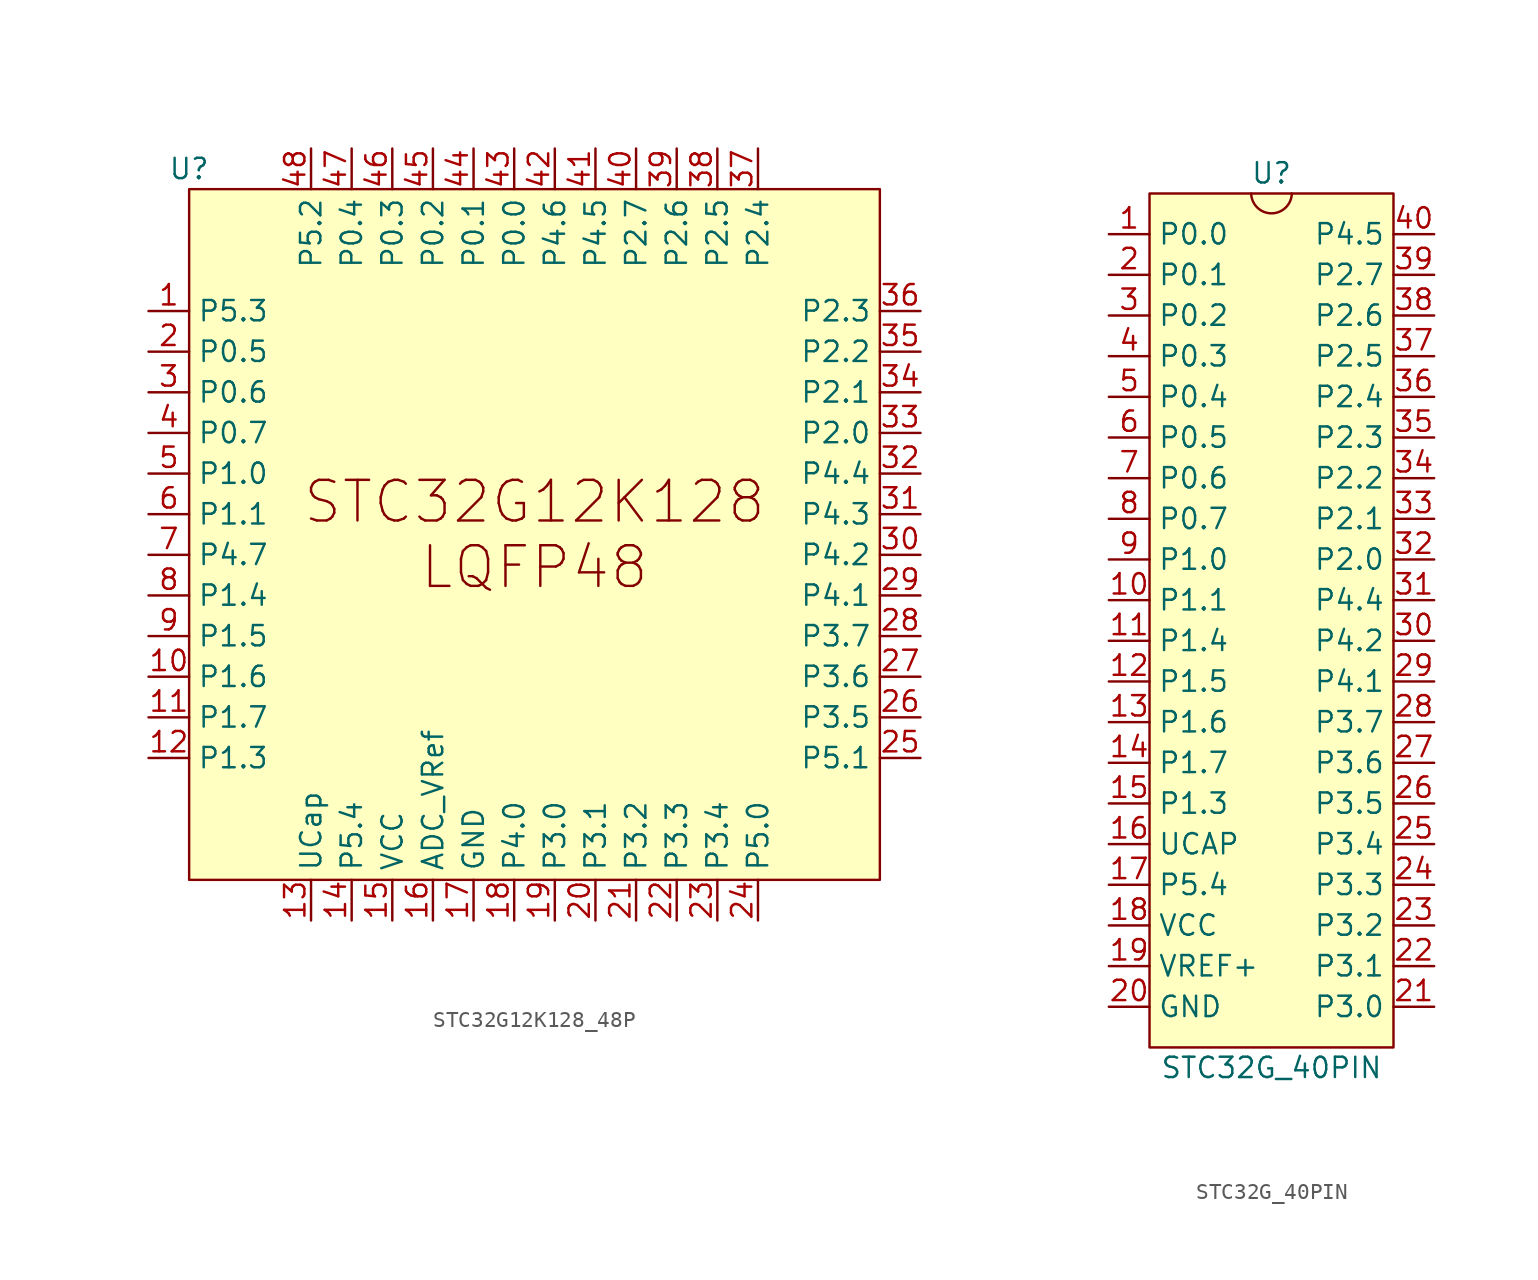
<source format=kicad_sym>
(kicad_symbol_lib
  (version 20220914)
  (generator kicad_symbol_editor)
  (symbol "STC32G12K128_48P"
    (property "Reference" "U"
      (at 0 1.27 0)
      (effects (font (size 1.27 1.27))))
    (property "Value" ""
      (at 0 0 0)
      (effects (font (size 1.27 1.27))))
    (symbol "STC32G12K128_48P_0_1"
      (rectangle (start 0 0) (end 43.18 -43.18) (stroke (width 0) (type default)) (fill (type background)))
      (text "STC32G12K128\nLQFP48" (at 21.59 -21.59 0) (effects (font (size 2.54 2.54)))))
    (symbol "STC32G12K128_48P_1_1"
      (pin bidirectional line (at -2.54 -7.62 0) (length 2.54) (name "P5.3" (effects (font (size 1.27 1.27)))) (number "1" (effects (font (size 1.27 1.27)))))
      (pin bidirectional line (at -2.54 -30.48 0) (length 2.54) (name "P1.6" (effects (font (size 1.27 1.27)))) (number "10" (effects (font (size 1.27 1.27)))))
      (pin bidirectional line (at -2.54 -33.02 0) (length 2.54) (name "P1.7" (effects (font (size 1.27 1.27)))) (number "11" (effects (font (size 1.27 1.27)))))
      (pin bidirectional line (at -2.54 -35.56 0) (length 2.54) (name "P1.3" (effects (font (size 1.27 1.27)))) (number "12" (effects (font (size 1.27 1.27)))))
      (pin bidirectional line (at 7.62 -45.72 90) (length 2.54) (name "UCap" (effects (font (size 1.27 1.27)))) (number "13" (effects (font (size 1.27 1.27)))))
      (pin bidirectional line (at 10.16 -45.72 90) (length 2.54) (name "P5.4" (effects (font (size 1.27 1.27)))) (number "14" (effects (font (size 1.27 1.27)))))
      (pin power_in line (at 12.7 -45.72 90) (length 2.54) (name "VCC" (effects (font (size 1.27 1.27)))) (number "15" (effects (font (size 1.27 1.27)))))
      (pin power_in line (at 15.24 -45.72 90) (length 2.54) (name "ADC_VRef" (effects (font (size 1.27 1.27)))) (number "16" (effects (font (size 1.27 1.27)))))
      (pin power_in line (at 17.78 -45.72 90) (length 2.54) (name "GND" (effects (font (size 1.27 1.27)))) (number "17" (effects (font (size 1.27 1.27)))))
      (pin bidirectional line (at 20.32 -45.72 90) (length 2.54) (name "P4.0" (effects (font (size 1.27 1.27)))) (number "18" (effects (font (size 1.27 1.27)))))
      (pin bidirectional line (at 22.86 -45.72 90) (length 2.54) (name "P3.0" (effects (font (size 1.27 1.27)))) (number "19" (effects (font (size 1.27 1.27)))))
      (pin bidirectional line (at -2.54 -10.16 0) (length 2.54) (name "P0.5" (effects (font (size 1.27 1.27)))) (number "2" (effects (font (size 1.27 1.27)))))
      (pin bidirectional line (at 25.4 -45.72 90) (length 2.54) (name "P3.1" (effects (font (size 1.27 1.27)))) (number "20" (effects (font (size 1.27 1.27)))))
      (pin bidirectional line (at 27.94 -45.72 90) (length 2.54) (name "P3.2" (effects (font (size 1.27 1.27)))) (number "21" (effects (font (size 1.27 1.27)))))
      (pin bidirectional line (at 30.48 -45.72 90) (length 2.54) (name "P3.3" (effects (font (size 1.27 1.27)))) (number "22" (effects (font (size 1.27 1.27)))))
      (pin bidirectional line (at 33.02 -45.72 90) (length 2.54) (name "P3.4" (effects (font (size 1.27 1.27)))) (number "23" (effects (font (size 1.27 1.27)))))
      (pin bidirectional line (at 35.56 -45.72 90) (length 2.54) (name "P5.0" (effects (font (size 1.27 1.27)))) (number "24" (effects (font (size 1.27 1.27)))))
      (pin bidirectional line (at 45.72 -35.56 180) (length 2.54) (name "P5.1" (effects (font (size 1.27 1.27)))) (number "25" (effects (font (size 1.27 1.27)))))
      (pin bidirectional line (at 45.72 -33.02 180) (length 2.54) (name "P3.5" (effects (font (size 1.27 1.27)))) (number "26" (effects (font (size 1.27 1.27)))))
      (pin bidirectional line (at 45.72 -30.48 180) (length 2.54) (name "P3.6" (effects (font (size 1.27 1.27)))) (number "27" (effects (font (size 1.27 1.27)))))
      (pin bidirectional line (at 45.72 -27.94 180) (length 2.54) (name "P3.7" (effects (font (size 1.27 1.27)))) (number "28" (effects (font (size 1.27 1.27)))))
      (pin bidirectional line (at 45.72 -25.4 180) (length 2.54) (name "P4.1" (effects (font (size 1.27 1.27)))) (number "29" (effects (font (size 1.27 1.27)))))
      (pin bidirectional line (at -2.54 -12.7 0) (length 2.54) (name "P0.6" (effects (font (size 1.27 1.27)))) (number "3" (effects (font (size 1.27 1.27)))))
      (pin bidirectional line (at 45.72 -22.86 180) (length 2.54) (name "P4.2" (effects (font (size 1.27 1.27)))) (number "30" (effects (font (size 1.27 1.27)))))
      (pin bidirectional line (at 45.72 -20.32 180) (length 2.54) (name "P4.3" (effects (font (size 1.27 1.27)))) (number "31" (effects (font (size 1.27 1.27)))))
      (pin bidirectional line (at 45.72 -17.78 180) (length 2.54) (name "P4.4" (effects (font (size 1.27 1.27)))) (number "32" (effects (font (size 1.27 1.27)))))
      (pin bidirectional line (at 45.72 -15.24 180) (length 2.54) (name "P2.0" (effects (font (size 1.27 1.27)))) (number "33" (effects (font (size 1.27 1.27)))))
      (pin bidirectional line (at 45.72 -12.7 180) (length 2.54) (name "P2.1" (effects (font (size 1.27 1.27)))) (number "34" (effects (font (size 1.27 1.27)))))
      (pin bidirectional line (at 45.72 -10.16 180) (length 2.54) (name "P2.2" (effects (font (size 1.27 1.27)))) (number "35" (effects (font (size 1.27 1.27)))))
      (pin bidirectional line (at 45.72 -7.62 180) (length 2.54) (name "P2.3" (effects (font (size 1.27 1.27)))) (number "36" (effects (font (size 1.27 1.27)))))
      (pin bidirectional line (at 35.56 2.54 270) (length 2.54) (name "P2.4" (effects (font (size 1.27 1.27)))) (number "37" (effects (font (size 1.27 1.27)))))
      (pin bidirectional line (at 33.02 2.54 270) (length 2.54) (name "P2.5" (effects (font (size 1.27 1.27)))) (number "38" (effects (font (size 1.27 1.27)))))
      (pin bidirectional line (at 30.48 2.54 270) (length 2.54) (name "P2.6" (effects (font (size 1.27 1.27)))) (number "39" (effects (font (size 1.27 1.27)))))
      (pin bidirectional line (at -2.54 -15.24 0) (length 2.54) (name "P0.7" (effects (font (size 1.27 1.27)))) (number "4" (effects (font (size 1.27 1.27)))))
      (pin bidirectional line (at 27.94 2.54 270) (length 2.54) (name "P2.7" (effects (font (size 1.27 1.27)))) (number "40" (effects (font (size 1.27 1.27)))))
      (pin bidirectional line (at 25.4 2.54 270) (length 2.54) (name "P4.5" (effects (font (size 1.27 1.27)))) (number "41" (effects (font (size 1.27 1.27)))))
      (pin bidirectional line (at 22.86 2.54 270) (length 2.54) (name "P4.6" (effects (font (size 1.27 1.27)))) (number "42" (effects (font (size 1.27 1.27)))))
      (pin bidirectional line (at 20.32 2.54 270) (length 2.54) (name "P0.0" (effects (font (size 1.27 1.27)))) (number "43" (effects (font (size 1.27 1.27)))))
      (pin bidirectional line (at 17.78 2.54 270) (length 2.54) (name "P0.1" (effects (font (size 1.27 1.27)))) (number "44" (effects (font (size 1.27 1.27)))))
      (pin bidirectional line (at 15.24 2.54 270) (length 2.54) (name "P0.2" (effects (font (size 1.27 1.27)))) (number "45" (effects (font (size 1.27 1.27)))))
      (pin bidirectional line (at 12.7 2.54 270) (length 2.54) (name "P0.3" (effects (font (size 1.27 1.27)))) (number "46" (effects (font (size 1.27 1.27)))))
      (pin bidirectional line (at 10.16 2.54 270) (length 2.54) (name "P0.4" (effects (font (size 1.27 1.27)))) (number "47" (effects (font (size 1.27 1.27)))))
      (pin bidirectional line (at 7.62 2.54 270) (length 2.54) (name "P5.2" (effects (font (size 1.27 1.27)))) (number "48" (effects (font (size 1.27 1.27)))))
      (pin bidirectional line (at -2.54 -17.78 0) (length 2.54) (name "P1.0" (effects (font (size 1.27 1.27)))) (number "5" (effects (font (size 1.27 1.27)))))
      (pin bidirectional line (at -2.54 -20.32 0) (length 2.54) (name "P1.1" (effects (font (size 1.27 1.27)))) (number "6" (effects (font (size 1.27 1.27)))))
      (pin bidirectional line (at -2.54 -22.86 0) (length 2.54) (name "P4.7" (effects (font (size 1.27 1.27)))) (number "7" (effects (font (size 1.27 1.27)))))
      (pin bidirectional line (at -2.54 -25.4 0) (length 2.54) (name "P1.4" (effects (font (size 1.27 1.27)))) (number "8" (effects (font (size 1.27 1.27)))))
      (pin bidirectional line (at -2.54 -27.94 0) (length 2.54) (name "P1.5" (effects (font (size 1.27 1.27)))) (number "9" (effects (font (size 1.27 1.27)))))))
  (symbol "STC32G_40PIN"
    (property "Reference" "U"
      (at 7.62 1.27 0)
      (effects (font (size 1.27 1.27))))
    (property "Value" "STC32G_40PIN"
      (at 7.62 -54.61 0)
      (effects (font (size 1.27 1.27))))
    (symbol "STC32G_40PIN_0_1"
      (rectangle (start 0 0) (end 15.24 -53.34) (stroke (width 0) (type default)) (fill (type background)))
      (arc (start 6.35 0) (mid 7.62 -1.2385) (end 8.89 0) (stroke (width 0) (type default)) (fill (type none))))
    (symbol "STC32G_40PIN_1_1"
      (pin bidirectional line (at -2.54 -2.54 0) (length 2.54) (name "P0.0" (effects (font (size 1.27 1.27)))) (number "1" (effects (font (size 1.27 1.27)))))
      (pin bidirectional line (at -2.54 -25.4 0) (length 2.54) (name "P1.1" (effects (font (size 1.27 1.27)))) (number "10" (effects (font (size 1.27 1.27)))))
      (pin bidirectional line (at -2.54 -27.94 0) (length 2.54) (name "P1.4" (effects (font (size 1.27 1.27)))) (number "11" (effects (font (size 1.27 1.27)))))
      (pin bidirectional line (at -2.54 -30.48 0) (length 2.54) (name "P1.5" (effects (font (size 1.27 1.27)))) (number "12" (effects (font (size 1.27 1.27)))))
      (pin bidirectional line (at -2.54 -33.02 0) (length 2.54) (name "P1.6" (effects (font (size 1.27 1.27)))) (number "13" (effects (font (size 1.27 1.27)))))
      (pin bidirectional line (at -2.54 -35.56 0) (length 2.54) (name "P1.7" (effects (font (size 1.27 1.27)))) (number "14" (effects (font (size 1.27 1.27)))))
      (pin bidirectional line (at -2.54 -38.1 0) (length 2.54) (name "P1.3" (effects (font (size 1.27 1.27)))) (number "15" (effects (font (size 1.27 1.27)))))
      (pin bidirectional line (at -2.54 -40.64 0) (length 2.54) (name "UCAP" (effects (font (size 1.27 1.27)))) (number "16" (effects (font (size 1.27 1.27)))))
      (pin bidirectional line (at -2.54 -43.18 0) (length 2.54) (name "P5.4" (effects (font (size 1.27 1.27)))) (number "17" (effects (font (size 1.27 1.27)))))
      (pin power_in line (at -2.54 -45.72 0) (length 2.54) (name "VCC" (effects (font (size 1.27 1.27)))) (number "18" (effects (font (size 1.27 1.27)))))
      (pin power_in line (at -2.54 -48.26 0) (length 2.54) (name "VREF+" (effects (font (size 1.27 1.27)))) (number "19" (effects (font (size 1.27 1.27)))))
      (pin bidirectional line (at -2.54 -5.08 0) (length 2.54) (name "P0.1" (effects (font (size 1.27 1.27)))) (number "2" (effects (font (size 1.27 1.27)))))
      (pin power_in line (at -2.54 -50.8 0) (length 2.54) (name "GND" (effects (font (size 1.27 1.27)))) (number "20" (effects (font (size 1.27 1.27)))))
      (pin bidirectional line (at 17.78 -50.8 180) (length 2.54) (name "P3.0" (effects (font (size 1.27 1.27)))) (number "21" (effects (font (size 1.27 1.27)))))
      (pin bidirectional line (at 17.78 -48.26 180) (length 2.54) (name "P3.1" (effects (font (size 1.27 1.27)))) (number "22" (effects (font (size 1.27 1.27)))))
      (pin bidirectional line (at 17.78 -45.72 180) (length 2.54) (name "P3.2" (effects (font (size 1.27 1.27)))) (number "23" (effects (font (size 1.27 1.27)))))
      (pin bidirectional line (at 17.78 -43.18 180) (length 2.54) (name "P3.3" (effects (font (size 1.27 1.27)))) (number "24" (effects (font (size 1.27 1.27)))))
      (pin bidirectional line (at 17.78 -40.64 180) (length 2.54) (name "P3.4" (effects (font (size 1.27 1.27)))) (number "25" (effects (font (size 1.27 1.27)))))
      (pin bidirectional line (at 17.78 -38.1 180) (length 2.54) (name "P3.5" (effects (font (size 1.27 1.27)))) (number "26" (effects (font (size 1.27 1.27)))))
      (pin bidirectional line (at 17.78 -35.56 180) (length 2.54) (name "P3.6" (effects (font (size 1.27 1.27)))) (number "27" (effects (font (size 1.27 1.27)))))
      (pin bidirectional line (at 17.78 -33.02 180) (length 2.54) (name "P3.7" (effects (font (size 1.27 1.27)))) (number "28" (effects (font (size 1.27 1.27)))))
      (pin bidirectional line (at 17.78 -30.48 180) (length 2.54) (name "P4.1" (effects (font (size 1.27 1.27)))) (number "29" (effects (font (size 1.27 1.27)))))
      (pin bidirectional line (at -2.54 -7.62 0) (length 2.54) (name "P0.2" (effects (font (size 1.27 1.27)))) (number "3" (effects (font (size 1.27 1.27)))))
      (pin bidirectional line (at 17.78 -27.94 180) (length 2.54) (name "P4.2" (effects (font (size 1.27 1.27)))) (number "30" (effects (font (size 1.27 1.27)))))
      (pin bidirectional line (at 17.78 -25.4 180) (length 2.54) (name "P4.4" (effects (font (size 1.27 1.27)))) (number "31" (effects (font (size 1.27 1.27)))))
      (pin bidirectional line (at 17.78 -22.86 180) (length 2.54) (name "P2.0" (effects (font (size 1.27 1.27)))) (number "32" (effects (font (size 1.27 1.27)))))
      (pin bidirectional line (at 17.78 -20.32 180) (length 2.54) (name "P2.1" (effects (font (size 1.27 1.27)))) (number "33" (effects (font (size 1.27 1.27)))))
      (pin bidirectional line (at 17.78 -17.78 180) (length 2.54) (name "P2.2" (effects (font (size 1.27 1.27)))) (number "34" (effects (font (size 1.27 1.27)))))
      (pin bidirectional line (at 17.78 -15.24 180) (length 2.54) (name "P2.3" (effects (font (size 1.27 1.27)))) (number "35" (effects (font (size 1.27 1.27)))))
      (pin bidirectional line (at 17.78 -12.7 180) (length 2.54) (name "P2.4" (effects (font (size 1.27 1.27)))) (number "36" (effects (font (size 1.27 1.27)))))
      (pin bidirectional line (at 17.78 -10.16 180) (length 2.54) (name "P2.5" (effects (font (size 1.27 1.27)))) (number "37" (effects (font (size 1.27 1.27)))))
      (pin bidirectional line (at 17.78 -7.62 180) (length 2.54) (name "P2.6" (effects (font (size 1.27 1.27)))) (number "38" (effects (font (size 1.27 1.27)))))
      (pin bidirectional line (at 17.78 -5.08 180) (length 2.54) (name "P2.7" (effects (font (size 1.27 1.27)))) (number "39" (effects (font (size 1.27 1.27)))))
      (pin bidirectional line (at -2.54 -10.16 0) (length 2.54) (name "P0.3" (effects (font (size 1.27 1.27)))) (number "4" (effects (font (size 1.27 1.27)))))
      (pin bidirectional line (at 17.78 -2.54 180) (length 2.54) (name "P4.5" (effects (font (size 1.27 1.27)))) (number "40" (effects (font (size 1.27 1.27)))))
      (pin bidirectional line (at -2.54 -12.7 0) (length 2.54) (name "P0.4" (effects (font (size 1.27 1.27)))) (number "5" (effects (font (size 1.27 1.27)))))
      (pin bidirectional line (at -2.54 -15.24 0) (length 2.54) (name "P0.5" (effects (font (size 1.27 1.27)))) (number "6" (effects (font (size 1.27 1.27)))))
      (pin bidirectional line (at -2.54 -17.78 0) (length 2.54) (name "P0.6" (effects (font (size 1.27 1.27)))) (number "7" (effects (font (size 1.27 1.27)))))
      (pin bidirectional line (at -2.54 -20.32 0) (length 2.54) (name "P0.7" (effects (font (size 1.27 1.27)))) (number "8" (effects (font (size 1.27 1.27)))))
      (pin bidirectional line (at -2.54 -22.86 0) (length 2.54) (name "P1.0" (effects (font (size 1.27 1.27)))) (number "9" (effects (font (size 1.27 1.27))))))))
</source>
